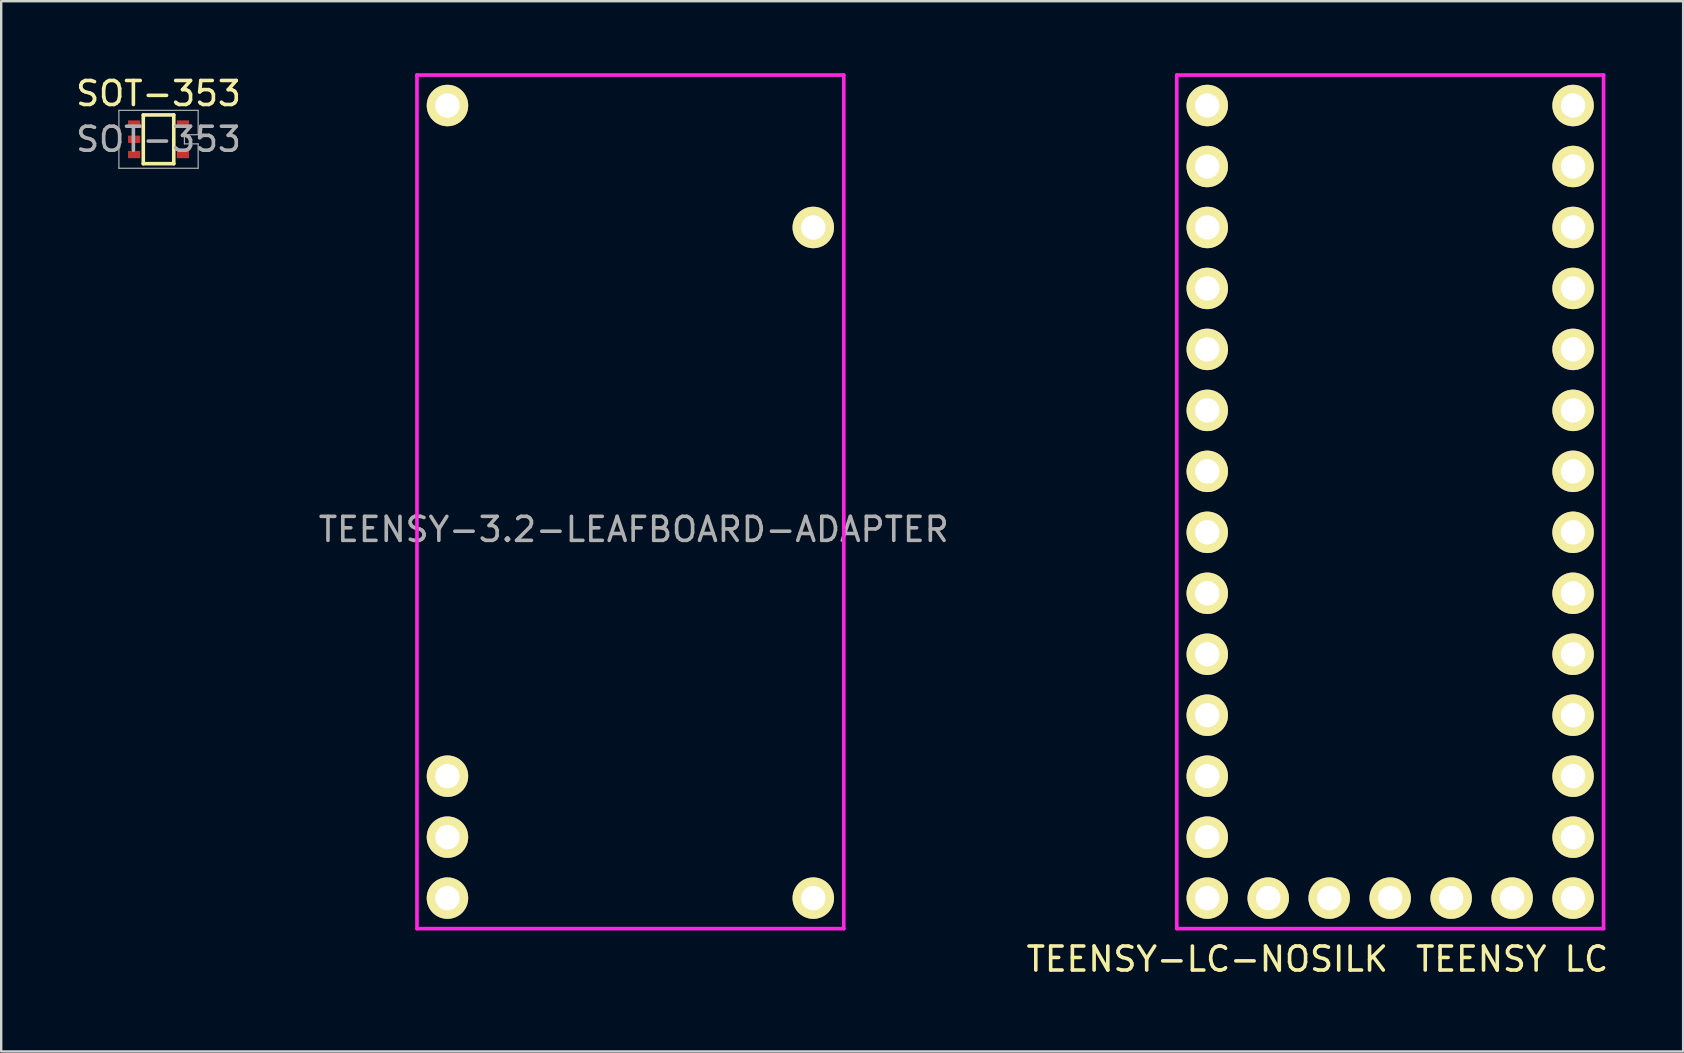
<source format=kicad_pcb>
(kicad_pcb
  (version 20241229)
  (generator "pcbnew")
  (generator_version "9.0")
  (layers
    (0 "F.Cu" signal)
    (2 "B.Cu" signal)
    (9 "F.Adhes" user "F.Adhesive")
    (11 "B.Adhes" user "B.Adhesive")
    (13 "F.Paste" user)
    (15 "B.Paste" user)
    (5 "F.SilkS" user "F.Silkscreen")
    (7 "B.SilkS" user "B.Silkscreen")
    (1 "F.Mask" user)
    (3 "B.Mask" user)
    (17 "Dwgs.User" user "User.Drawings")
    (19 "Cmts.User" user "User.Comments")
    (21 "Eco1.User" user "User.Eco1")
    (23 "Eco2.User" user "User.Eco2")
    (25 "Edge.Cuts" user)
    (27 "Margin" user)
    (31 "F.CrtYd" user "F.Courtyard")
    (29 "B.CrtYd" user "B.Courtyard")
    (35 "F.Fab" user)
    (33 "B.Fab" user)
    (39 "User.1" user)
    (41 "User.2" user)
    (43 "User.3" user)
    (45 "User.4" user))
  (footprint "TEENSY-3.2-LEAFBOARD-ADAPTER"
    (layer "F.Cu")
    (at 25.751 11.506)
    (property "Reference" "TEENSY-3.2-LEAFBOARD-ADAPTER" (at -2.4 7.5 0) (layer "F.Fab") (effects (font (size 1 1) (thickness 0.15))))
    (attr through_hole)
    (fp_line (start -11.43 -11.43) (end -11.43 24.13) (stroke (width 0.152) (type solid)) (layer "F.CrtYd"))
    (fp_line (start -11.43 24.13) (end 6.35 24.13) (stroke (width 0.152) (type solid)) (layer "F.CrtYd"))
    (fp_line (start 6.35 -11.43) (end -11.43 -11.43) (stroke (width 0.152) (type solid)) (layer "F.CrtYd"))
    (fp_line (start 6.35 24.13) (end 6.35 -11.43) (stroke (width 0.152) (type solid)) (layer "F.CrtYd"))
    (pad "3V2" thru_hole circle (at 5.08 -5.08) (size 1.727 1.727) (drill 1.016) (layers "*.Cu" "*.Mask" "F.SilkS"))
    (pad "10" thru_hole circle (at -10.16 17.78) (size 1.727 1.727) (drill 1.016) (layers "*.Cu" "*.Mask" "F.SilkS"))
    (pad "11" thru_hole circle (at -10.16 20.32) (size 1.727 1.727) (drill 1.016) (layers "*.Cu" "*.Mask" "F.SilkS"))
    (pad "12" thru_hole circle (at -10.16 22.86) (size 1.727 1.727) (drill 1.016) (layers "*.Cu" "*.Mask" "F.SilkS"))
    (pad "13" thru_hole circle (at 5.08 22.86) (size 1.727 1.727) (drill 1.016) (layers "*.Cu" "*.Mask" "F.SilkS"))
    (pad "G1" thru_hole circle (at -10.16 -10.16) (size 1.727 1.727) (drill 1.016) (layers "*.Cu" "*.Mask" "F.SilkS")))
  (footprint "TEENSY-LC-NOSILK"
    (layer "F.Cu")
    (at 57.404 11.506)
    (property "Reference" "TEENSY-LC-NOSILK" (at -10.16 25.4 180) (layer "F.SilkS") (effects (font (size 1 1) (thickness 0.15))))
    (attr through_hole)
    (fp_line (start -11.43 -11.43) (end -11.43 24.13) (stroke (width 0.152) (type solid)) (layer "F.CrtYd"))
    (fp_line (start -11.43 24.13) (end 6.35 24.13) (stroke (width 0.152) (type solid)) (layer "F.CrtYd"))
    (fp_line (start 6.35 -11.43) (end -11.43 -11.43) (stroke (width 0.152) (type solid)) (layer "F.CrtYd"))
    (fp_line (start 6.35 24.13) (end 6.35 -11.43) (stroke (width 0.152) (type solid)) (layer "F.CrtYd"))
    (fp_text user "TEENSY LC" (at 2.54 25.4 0) (layer "F.SilkS") (effects (font (size 1 1) (thickness 0.15))))
    (pad "0" thru_hole circle (at -10.16 -7.62) (size 1.727 1.727) (drill 1.016) (layers "*.Cu" "*.Mask" "F.SilkS"))
    (pad "1" thru_hole circle (at -10.16 -5.08) (size 1.727 1.727) (drill 1.016) (layers "*.Cu" "*.Mask" "F.SilkS"))
    (pad "2" thru_hole circle (at -10.16 -2.54) (size 1.727 1.727) (drill 1.016) (layers "*.Cu" "*.Mask" "F.SilkS"))
    (pad "3" thru_hole circle (at -10.16 0) (size 1.727 1.727) (drill 1.016) (layers "*.Cu" "*.Mask" "F.SilkS"))
    (pad "3V1" thru_hole circle (at -5.08 22.86) (size 1.727 1.727) (drill 1.016) (layers "*.Cu" "*.Mask" "F.SilkS"))
    (pad "3V2" thru_hole circle (at 5.08 -5.08) (size 1.727 1.727) (drill 1.016) (layers "*.Cu" "*.Mask" "F.SilkS"))
    (pad "4" thru_hole circle (at -10.16 2.54) (size 1.727 1.727) (drill 1.016) (layers "*.Cu" "*.Mask" "F.SilkS"))
    (pad "5" thru_hole circle (at -10.16 5.08) (size 1.727 1.727) (drill 1.016) (layers "*.Cu" "*.Mask" "F.SilkS"))
    (pad "6" thru_hole circle (at -10.16 7.62) (size 1.727 1.727) (drill 1.016) (layers "*.Cu" "*.Mask" "F.SilkS"))
    (pad "7" thru_hole circle (at -10.16 10.16) (size 1.727 1.727) (drill 1.016) (layers "*.Cu" "*.Mask" "F.SilkS"))
    (pad "8" thru_hole circle (at -10.16 12.7) (size 1.727 1.727) (drill 1.016) (layers "*.Cu" "*.Mask" "F.SilkS"))
    (pad "9" thru_hole circle (at -10.16 15.24) (size 1.727 1.727) (drill 1.016) (layers "*.Cu" "*.Mask" "F.SilkS"))
    (pad "10" thru_hole circle (at -10.16 17.78) (size 1.727 1.727) (drill 1.016) (layers "*.Cu" "*.Mask" "F.SilkS"))
    (pad "11" thru_hole circle (at -10.16 20.32) (size 1.727 1.727) (drill 1.016) (layers "*.Cu" "*.Mask" "F.SilkS"))
    (pad "12" thru_hole circle (at -10.16 22.86) (size 1.727 1.727) (drill 1.016) (layers "*.Cu" "*.Mask" "F.SilkS"))
    (pad "13" thru_hole circle (at 5.08 22.86) (size 1.727 1.727) (drill 1.016) (layers "*.Cu" "*.Mask" "F.SilkS"))
    (pad "14" thru_hole circle (at 5.08 20.32) (size 1.727 1.727) (drill 1.016) (layers "*.Cu" "*.Mask" "F.SilkS"))
    (pad "15" thru_hole circle (at 5.08 17.78) (size 1.727 1.727) (drill 1.016) (layers "*.Cu" "*.Mask" "F.SilkS"))
    (pad "16" thru_hole circle (at 5.08 15.24) (size 1.727 1.727) (drill 1.016) (layers "*.Cu" "*.Mask" "F.SilkS"))
    (pad "17" thru_hole circle (at 5.08 12.7) (size 1.727 1.727) (drill 1.016) (layers "*.Cu" "*.Mask" "F.SilkS"))
    (pad "17A" thru_hole circle (at -7.62 22.86) (size 1.727 1.727) (drill 1.016) (layers "*.Cu" "*.Mask" "F.SilkS"))
    (pad "18" thru_hole circle (at 5.08 10.16) (size 1.727 1.727) (drill 1.016) (layers "*.Cu" "*.Mask" "F.SilkS"))
    (pad "19" thru_hole circle (at 5.08 7.62) (size 1.727 1.727) (drill 1.016) (layers "*.Cu" "*.Mask" "F.SilkS"))
    (pad "20" thru_hole circle (at 5.08 5.08) (size 1.727 1.727) (drill 1.016) (layers "*.Cu" "*.Mask" "F.SilkS"))
    (pad "21" thru_hole circle (at 5.08 2.54) (size 1.727 1.727) (drill 1.016) (layers "*.Cu" "*.Mask" "F.SilkS"))
    (pad "22" thru_hole circle (at 5.08 0) (size 1.727 1.727) (drill 1.016) (layers "*.Cu" "*.Mask" "F.SilkS"))
    (pad "23" thru_hole circle (at 5.08 -2.54) (size 1.727 1.727) (drill 1.016) (layers "*.Cu" "*.Mask" "F.SilkS"))
    (pad "DAC" thru_hole circle (at 2.54 22.86) (size 1.727 1.727) (drill 1.016) (layers "*.Cu" "*.Mask" "F.SilkS"))
    (pad "G1" thru_hole circle (at -10.16 -10.16) (size 1.727 1.727) (drill 1.016) (layers "*.Cu" "*.Mask" "F.SilkS"))
    (pad "G2" thru_hole circle (at -2.54 22.86) (size 1.727 1.727) (drill 1.016) (layers "*.Cu" "*.Mask" "F.SilkS"))
    (pad "G3" thru_hole circle (at 5.08 -7.62) (size 1.727 1.727) (drill 1.016) (layers "*.Cu" "*.Mask" "F.SilkS"))
    (pad "PGM" thru_hole circle (at 0 22.86) (size 1.727 1.727) (drill 1.016) (layers "*.Cu" "*.Mask" "F.SilkS"))
    (pad "VIN" thru_hole circle (at 5.08 -10.16) (size 1.727 1.727) (drill 1.016) (layers "*.Cu" "*.Mask" "F.SilkS")))
  (footprint "SOT-353"
    (layer "F.Cu")
    (at 3.554 2.753)
    (property "Reference" "SOT-353" (at 0 0 0) (layer "F.Fab") (effects (font (size 1 1) (thickness 0.15))))
    (attr smd)
    (fp_line (start -0.635 -1.016) (end -0.635 1.016) (stroke (width 0.15) (type solid)) (layer "F.SilkS"))
    (fp_line (start -0.635 1.016) (end 0.635 1.016) (stroke (width 0.15) (type solid)) (layer "F.SilkS"))
    (fp_line (start 0.635 -1.016) (end -0.635 -1.016) (stroke (width 0.15) (type solid)) (layer "F.SilkS"))
    (fp_line (start 0.635 1.016) (end 0.635 -1.016) (stroke (width 0.15) (type solid)) (layer "F.SilkS"))
    (fp_line (start -1.651 -1.206) (end -1.651 1.206) (stroke (width 0.05) (type solid)) (layer "F.Fab"))
    (fp_line (start -1.651 1.206) (end 1.651 1.206) (stroke (width 0.05) (type solid)) (layer "F.Fab"))
    (fp_line (start 1.079 -0.191) (end 1.651 -0.191) (stroke (width 0.05) (type solid)) (layer "F.Fab"))
    (fp_line (start 1.079 0.191) (end 1.079 -0.191) (stroke (width 0.05) (type solid)) (layer "F.Fab"))
    (fp_line (start 1.651 -1.206) (end -1.651 -1.206) (stroke (width 0.05) (type solid)) (layer "F.Fab"))
    (fp_line (start 1.651 -0.191) (end 1.651 -1.206) (stroke (width 0.05) (type solid)) (layer "F.Fab"))
    (fp_line (start 1.651 0.191) (end 1.079 0.191) (stroke (width 0.05) (type solid)) (layer "F.Fab"))
    (fp_line (start 1.651 1.206) (end 1.651 0.191) (stroke (width 0.05) (type solid)) (layer "F.Fab"))
    (fp_text user "${REFERENCE}" (at 0 -1.905 0) (layer "F.SilkS") (effects (font (size 1 1) (thickness 0.15))))
    (pad "1" smd rect (at -1.016 -0.635) (size 0.508 0.305) (layers "F.Cu" "F.Mask" "F.Paste"))
    (pad "2" smd rect (at -1.016 0) (size 0.508 0.305) (layers "F.Cu" "F.Mask" "F.Paste"))
    (pad "3" smd rect (at -1.016 0.635) (size 0.508 0.305) (layers "F.Cu" "F.Mask" "F.Paste"))
    (pad "4" smd rect (at 1.016 0.635) (size 0.508 0.305) (layers "F.Cu" "F.Mask" "F.Paste"))
    (pad "5" smd rect (at 1.016 -0.635) (size 0.508 0.305) (layers "F.Cu" "F.Mask" "F.Paste")))
  (gr_rect
    (start -3 -3)
    (end 67.069 40.754)
    (stroke (width 0.1) (type default))
    (fill no)
    (layer "Edge.Cuts")))
</source>
